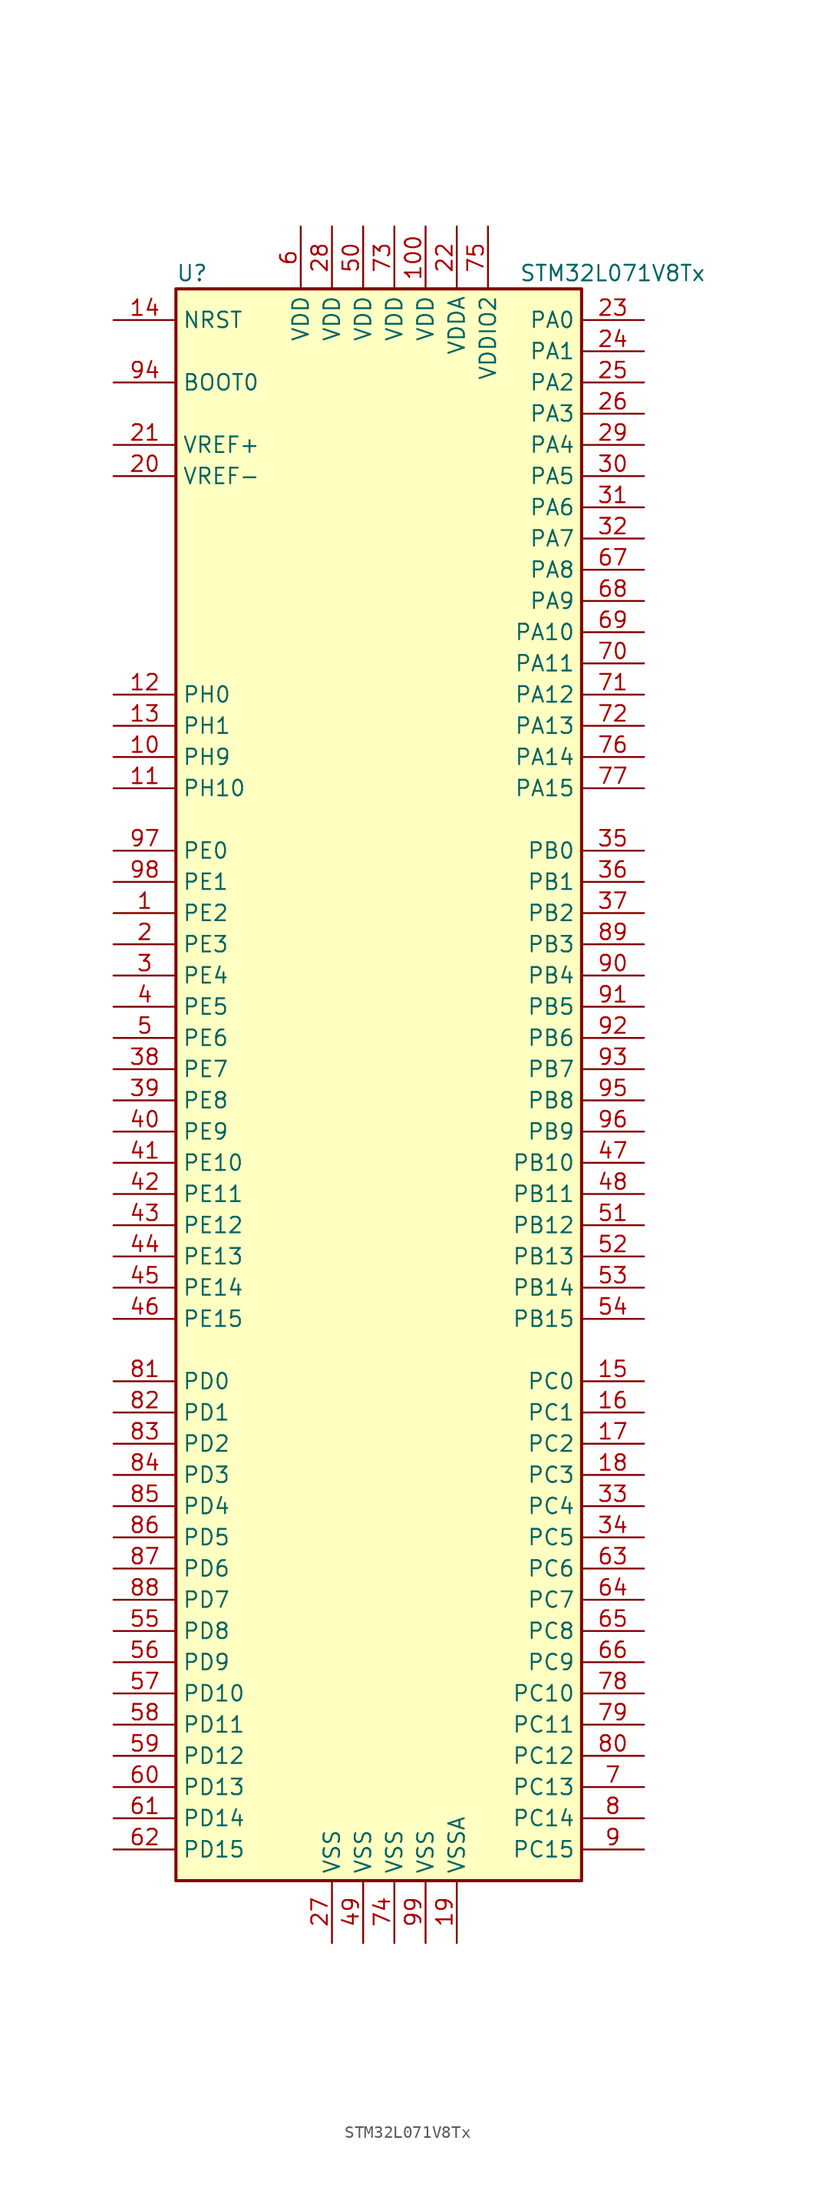
<source format=kicad_sym>
(kicad_symbol_lib
  (version 20201005)
  (generator kicad_symbol_editor)
  (symbol "STM32L071V8Tx"
    (property "Reference" "U"
      (at -17.78 64.77 0)
      (effects (font (size 1.27 1.27)) (justify left)))
    (property "Value" "STM32L071V8Tx"
      (at 10.16 64.77 0)
      (effects (font (size 1.27 1.27)) (justify left)))
    (symbol "STM32L071V8Tx_0_1"
      (rectangle (start -17.78 -66.04) (end 15.24 63.5) (stroke (width 0.254)) (fill (type background))))
    (symbol "STM32L071V8Tx_1_1"
      (pin bidirectional line (at -22.86 12.7 0) (length 5.08) (name "PE2" (effects (font (size 1.27 1.27)))) (number "1" (effects (font (size 1.27 1.27)))))
      (pin bidirectional line (at -22.86 25.4 0) (length 5.08) (name "PH9" (effects (font (size 1.27 1.27)))) (number "10" (effects (font (size 1.27 1.27)))))
      (pin power_in line (at 2.54 68.58 270) (length 5.08) (name "VDD" (effects (font (size 1.27 1.27)))) (number "100" (effects (font (size 1.27 1.27)))))
      (pin bidirectional line (at -22.86 22.86 0) (length 5.08) (name "PH10" (effects (font (size 1.27 1.27)))) (number "11" (effects (font (size 1.27 1.27)))))
      (pin input line (at -22.86 30.48 0) (length 5.08) (name "PH0" (effects (font (size 1.27 1.27)))) (number "12" (effects (font (size 1.27 1.27)))))
      (pin input line (at -22.86 27.94 0) (length 5.08) (name "PH1" (effects (font (size 1.27 1.27)))) (number "13" (effects (font (size 1.27 1.27)))))
      (pin input line (at -22.86 60.96 0) (length 5.08) (name "NRST" (effects (font (size 1.27 1.27)))) (number "14" (effects (font (size 1.27 1.27)))))
      (pin bidirectional line (at 20.32 -25.4 180) (length 5.08) (name "PC0" (effects (font (size 1.27 1.27)))) (number "15" (effects (font (size 1.27 1.27)))))
      (pin bidirectional line (at 20.32 -27.94 180) (length 5.08) (name "PC1" (effects (font (size 1.27 1.27)))) (number "16" (effects (font (size 1.27 1.27)))))
      (pin bidirectional line (at 20.32 -30.48 180) (length 5.08) (name "PC2" (effects (font (size 1.27 1.27)))) (number "17" (effects (font (size 1.27 1.27)))))
      (pin bidirectional line (at 20.32 -33.02 180) (length 5.08) (name "PC3" (effects (font (size 1.27 1.27)))) (number "18" (effects (font (size 1.27 1.27)))))
      (pin power_in line (at 5.08 -71.12 90) (length 5.08) (name "VSSA" (effects (font (size 1.27 1.27)))) (number "19" (effects (font (size 1.27 1.27)))))
      (pin bidirectional line (at -22.86 10.16 0) (length 5.08) (name "PE3" (effects (font (size 1.27 1.27)))) (number "2" (effects (font (size 1.27 1.27)))))
      (pin power_in line (at -22.86 48.26 0) (length 5.08) (name "VREF-" (effects (font (size 1.27 1.27)))) (number "20" (effects (font (size 1.27 1.27)))))
      (pin power_in line (at -22.86 50.8 0) (length 5.08) (name "VREF+" (effects (font (size 1.27 1.27)))) (number "21" (effects (font (size 1.27 1.27)))))
      (pin power_in line (at 5.08 68.58 270) (length 5.08) (name "VDDA" (effects (font (size 1.27 1.27)))) (number "22" (effects (font (size 1.27 1.27)))))
      (pin bidirectional line (at 20.32 60.96 180) (length 5.08) (name "PA0" (effects (font (size 1.27 1.27)))) (number "23" (effects (font (size 1.27 1.27)))))
      (pin bidirectional line (at 20.32 58.42 180) (length 5.08) (name "PA1" (effects (font (size 1.27 1.27)))) (number "24" (effects (font (size 1.27 1.27)))))
      (pin bidirectional line (at 20.32 55.88 180) (length 5.08) (name "PA2" (effects (font (size 1.27 1.27)))) (number "25" (effects (font (size 1.27 1.27)))))
      (pin bidirectional line (at 20.32 53.34 180) (length 5.08) (name "PA3" (effects (font (size 1.27 1.27)))) (number "26" (effects (font (size 1.27 1.27)))))
      (pin power_in line (at -5.08 -71.12 90) (length 5.08) (name "VSS" (effects (font (size 1.27 1.27)))) (number "27" (effects (font (size 1.27 1.27)))))
      (pin power_in line (at -5.08 68.58 270) (length 5.08) (name "VDD" (effects (font (size 1.27 1.27)))) (number "28" (effects (font (size 1.27 1.27)))))
      (pin bidirectional line (at 20.32 50.8 180) (length 5.08) (name "PA4" (effects (font (size 1.27 1.27)))) (number "29" (effects (font (size 1.27 1.27)))))
      (pin bidirectional line (at -22.86 7.62 0) (length 5.08) (name "PE4" (effects (font (size 1.27 1.27)))) (number "3" (effects (font (size 1.27 1.27)))))
      (pin bidirectional line (at 20.32 48.26 180) (length 5.08) (name "PA5" (effects (font (size 1.27 1.27)))) (number "30" (effects (font (size 1.27 1.27)))))
      (pin bidirectional line (at 20.32 45.72 180) (length 5.08) (name "PA6" (effects (font (size 1.27 1.27)))) (number "31" (effects (font (size 1.27 1.27)))))
      (pin bidirectional line (at 20.32 43.18 180) (length 5.08) (name "PA7" (effects (font (size 1.27 1.27)))) (number "32" (effects (font (size 1.27 1.27)))))
      (pin bidirectional line (at 20.32 -35.56 180) (length 5.08) (name "PC4" (effects (font (size 1.27 1.27)))) (number "33" (effects (font (size 1.27 1.27)))))
      (pin bidirectional line (at 20.32 -38.1 180) (length 5.08) (name "PC5" (effects (font (size 1.27 1.27)))) (number "34" (effects (font (size 1.27 1.27)))))
      (pin bidirectional line (at 20.32 17.78 180) (length 5.08) (name "PB0" (effects (font (size 1.27 1.27)))) (number "35" (effects (font (size 1.27 1.27)))))
      (pin bidirectional line (at 20.32 15.24 180) (length 5.08) (name "PB1" (effects (font (size 1.27 1.27)))) (number "36" (effects (font (size 1.27 1.27)))))
      (pin bidirectional line (at 20.32 12.7 180) (length 5.08) (name "PB2" (effects (font (size 1.27 1.27)))) (number "37" (effects (font (size 1.27 1.27)))))
      (pin bidirectional line (at -22.86 0 0) (length 5.08) (name "PE7" (effects (font (size 1.27 1.27)))) (number "38" (effects (font (size 1.27 1.27)))))
      (pin bidirectional line (at -22.86 -2.54 0) (length 5.08) (name "PE8" (effects (font (size 1.27 1.27)))) (number "39" (effects (font (size 1.27 1.27)))))
      (pin bidirectional line (at -22.86 5.08 0) (length 5.08) (name "PE5" (effects (font (size 1.27 1.27)))) (number "4" (effects (font (size 1.27 1.27)))))
      (pin bidirectional line (at -22.86 -5.08 0) (length 5.08) (name "PE9" (effects (font (size 1.27 1.27)))) (number "40" (effects (font (size 1.27 1.27)))))
      (pin bidirectional line (at -22.86 -7.62 0) (length 5.08) (name "PE10" (effects (font (size 1.27 1.27)))) (number "41" (effects (font (size 1.27 1.27)))))
      (pin bidirectional line (at -22.86 -10.16 0) (length 5.08) (name "PE11" (effects (font (size 1.27 1.27)))) (number "42" (effects (font (size 1.27 1.27)))))
      (pin bidirectional line (at -22.86 -12.7 0) (length 5.08) (name "PE12" (effects (font (size 1.27 1.27)))) (number "43" (effects (font (size 1.27 1.27)))))
      (pin bidirectional line (at -22.86 -15.24 0) (length 5.08) (name "PE13" (effects (font (size 1.27 1.27)))) (number "44" (effects (font (size 1.27 1.27)))))
      (pin bidirectional line (at -22.86 -17.78 0) (length 5.08) (name "PE14" (effects (font (size 1.27 1.27)))) (number "45" (effects (font (size 1.27 1.27)))))
      (pin bidirectional line (at -22.86 -20.32 0) (length 5.08) (name "PE15" (effects (font (size 1.27 1.27)))) (number "46" (effects (font (size 1.27 1.27)))))
      (pin bidirectional line (at 20.32 -7.62 180) (length 5.08) (name "PB10" (effects (font (size 1.27 1.27)))) (number "47" (effects (font (size 1.27 1.27)))))
      (pin bidirectional line (at 20.32 -10.16 180) (length 5.08) (name "PB11" (effects (font (size 1.27 1.27)))) (number "48" (effects (font (size 1.27 1.27)))))
      (pin power_in line (at -2.54 -71.12 90) (length 5.08) (name "VSS" (effects (font (size 1.27 1.27)))) (number "49" (effects (font (size 1.27 1.27)))))
      (pin bidirectional line (at -22.86 2.54 0) (length 5.08) (name "PE6" (effects (font (size 1.27 1.27)))) (number "5" (effects (font (size 1.27 1.27)))))
      (pin power_in line (at -2.54 68.58 270) (length 5.08) (name "VDD" (effects (font (size 1.27 1.27)))) (number "50" (effects (font (size 1.27 1.27)))))
      (pin bidirectional line (at 20.32 -12.7 180) (length 5.08) (name "PB12" (effects (font (size 1.27 1.27)))) (number "51" (effects (font (size 1.27 1.27)))))
      (pin bidirectional line (at 20.32 -15.24 180) (length 5.08) (name "PB13" (effects (font (size 1.27 1.27)))) (number "52" (effects (font (size 1.27 1.27)))))
      (pin bidirectional line (at 20.32 -17.78 180) (length 5.08) (name "PB14" (effects (font (size 1.27 1.27)))) (number "53" (effects (font (size 1.27 1.27)))))
      (pin bidirectional line (at 20.32 -20.32 180) (length 5.08) (name "PB15" (effects (font (size 1.27 1.27)))) (number "54" (effects (font (size 1.27 1.27)))))
      (pin bidirectional line (at -22.86 -45.72 0) (length 5.08) (name "PD8" (effects (font (size 1.27 1.27)))) (number "55" (effects (font (size 1.27 1.27)))))
      (pin bidirectional line (at -22.86 -48.26 0) (length 5.08) (name "PD9" (effects (font (size 1.27 1.27)))) (number "56" (effects (font (size 1.27 1.27)))))
      (pin bidirectional line (at -22.86 -50.8 0) (length 5.08) (name "PD10" (effects (font (size 1.27 1.27)))) (number "57" (effects (font (size 1.27 1.27)))))
      (pin bidirectional line (at -22.86 -53.34 0) (length 5.08) (name "PD11" (effects (font (size 1.27 1.27)))) (number "58" (effects (font (size 1.27 1.27)))))
      (pin bidirectional line (at -22.86 -55.88 0) (length 5.08) (name "PD12" (effects (font (size 1.27 1.27)))) (number "59" (effects (font (size 1.27 1.27)))))
      (pin power_in line (at -7.62 68.58 270) (length 5.08) (name "VDD" (effects (font (size 1.27 1.27)))) (number "6" (effects (font (size 1.27 1.27)))))
      (pin bidirectional line (at -22.86 -58.42 0) (length 5.08) (name "PD13" (effects (font (size 1.27 1.27)))) (number "60" (effects (font (size 1.27 1.27)))))
      (pin bidirectional line (at -22.86 -60.96 0) (length 5.08) (name "PD14" (effects (font (size 1.27 1.27)))) (number "61" (effects (font (size 1.27 1.27)))))
      (pin bidirectional line (at -22.86 -63.5 0) (length 5.08) (name "PD15" (effects (font (size 1.27 1.27)))) (number "62" (effects (font (size 1.27 1.27)))))
      (pin bidirectional line (at 20.32 -40.64 180) (length 5.08) (name "PC6" (effects (font (size 1.27 1.27)))) (number "63" (effects (font (size 1.27 1.27)))))
      (pin bidirectional line (at 20.32 -43.18 180) (length 5.08) (name "PC7" (effects (font (size 1.27 1.27)))) (number "64" (effects (font (size 1.27 1.27)))))
      (pin bidirectional line (at 20.32 -45.72 180) (length 5.08) (name "PC8" (effects (font (size 1.27 1.27)))) (number "65" (effects (font (size 1.27 1.27)))))
      (pin bidirectional line (at 20.32 -48.26 180) (length 5.08) (name "PC9" (effects (font (size 1.27 1.27)))) (number "66" (effects (font (size 1.27 1.27)))))
      (pin bidirectional line (at 20.32 40.64 180) (length 5.08) (name "PA8" (effects (font (size 1.27 1.27)))) (number "67" (effects (font (size 1.27 1.27)))))
      (pin bidirectional line (at 20.32 38.1 180) (length 5.08) (name "PA9" (effects (font (size 1.27 1.27)))) (number "68" (effects (font (size 1.27 1.27)))))
      (pin bidirectional line (at 20.32 35.56 180) (length 5.08) (name "PA10" (effects (font (size 1.27 1.27)))) (number "69" (effects (font (size 1.27 1.27)))))
      (pin bidirectional line (at 20.32 -58.42 180) (length 5.08) (name "PC13" (effects (font (size 1.27 1.27)))) (number "7" (effects (font (size 1.27 1.27)))))
      (pin bidirectional line (at 20.32 33.02 180) (length 5.08) (name "PA11" (effects (font (size 1.27 1.27)))) (number "70" (effects (font (size 1.27 1.27)))))
      (pin bidirectional line (at 20.32 30.48 180) (length 5.08) (name "PA12" (effects (font (size 1.27 1.27)))) (number "71" (effects (font (size 1.27 1.27)))))
      (pin bidirectional line (at 20.32 27.94 180) (length 5.08) (name "PA13" (effects (font (size 1.27 1.27)))) (number "72" (effects (font (size 1.27 1.27)))))
      (pin power_in line (at 0 68.58 270) (length 5.08) (name "VDD" (effects (font (size 1.27 1.27)))) (number "73" (effects (font (size 1.27 1.27)))))
      (pin power_in line (at 0 -71.12 90) (length 5.08) (name "VSS" (effects (font (size 1.27 1.27)))) (number "74" (effects (font (size 1.27 1.27)))))
      (pin power_in line (at 7.62 68.58 270) (length 5.08) (name "VDDIO2" (effects (font (size 1.27 1.27)))) (number "75" (effects (font (size 1.27 1.27)))))
      (pin bidirectional line (at 20.32 25.4 180) (length 5.08) (name "PA14" (effects (font (size 1.27 1.27)))) (number "76" (effects (font (size 1.27 1.27)))))
      (pin bidirectional line (at 20.32 22.86 180) (length 5.08) (name "PA15" (effects (font (size 1.27 1.27)))) (number "77" (effects (font (size 1.27 1.27)))))
      (pin bidirectional line (at 20.32 -50.8 180) (length 5.08) (name "PC10" (effects (font (size 1.27 1.27)))) (number "78" (effects (font (size 1.27 1.27)))))
      (pin bidirectional line (at 20.32 -53.34 180) (length 5.08) (name "PC11" (effects (font (size 1.27 1.27)))) (number "79" (effects (font (size 1.27 1.27)))))
      (pin bidirectional line (at 20.32 -60.96 180) (length 5.08) (name "PC14" (effects (font (size 1.27 1.27)))) (number "8" (effects (font (size 1.27 1.27)))))
      (pin bidirectional line (at 20.32 -55.88 180) (length 5.08) (name "PC12" (effects (font (size 1.27 1.27)))) (number "80" (effects (font (size 1.27 1.27)))))
      (pin bidirectional line (at -22.86 -25.4 0) (length 5.08) (name "PD0" (effects (font (size 1.27 1.27)))) (number "81" (effects (font (size 1.27 1.27)))))
      (pin bidirectional line (at -22.86 -27.94 0) (length 5.08) (name "PD1" (effects (font (size 1.27 1.27)))) (number "82" (effects (font (size 1.27 1.27)))))
      (pin bidirectional line (at -22.86 -30.48 0) (length 5.08) (name "PD2" (effects (font (size 1.27 1.27)))) (number "83" (effects (font (size 1.27 1.27)))))
      (pin bidirectional line (at -22.86 -33.02 0) (length 5.08) (name "PD3" (effects (font (size 1.27 1.27)))) (number "84" (effects (font (size 1.27 1.27)))))
      (pin bidirectional line (at -22.86 -35.56 0) (length 5.08) (name "PD4" (effects (font (size 1.27 1.27)))) (number "85" (effects (font (size 1.27 1.27)))))
      (pin bidirectional line (at -22.86 -38.1 0) (length 5.08) (name "PD5" (effects (font (size 1.27 1.27)))) (number "86" (effects (font (size 1.27 1.27)))))
      (pin bidirectional line (at -22.86 -40.64 0) (length 5.08) (name "PD6" (effects (font (size 1.27 1.27)))) (number "87" (effects (font (size 1.27 1.27)))))
      (pin bidirectional line (at -22.86 -43.18 0) (length 5.08) (name "PD7" (effects (font (size 1.27 1.27)))) (number "88" (effects (font (size 1.27 1.27)))))
      (pin bidirectional line (at 20.32 10.16 180) (length 5.08) (name "PB3" (effects (font (size 1.27 1.27)))) (number "89" (effects (font (size 1.27 1.27)))))
      (pin bidirectional line (at 20.32 -63.5 180) (length 5.08) (name "PC15" (effects (font (size 1.27 1.27)))) (number "9" (effects (font (size 1.27 1.27)))))
      (pin bidirectional line (at 20.32 7.62 180) (length 5.08) (name "PB4" (effects (font (size 1.27 1.27)))) (number "90" (effects (font (size 1.27 1.27)))))
      (pin bidirectional line (at 20.32 5.08 180) (length 5.08) (name "PB5" (effects (font (size 1.27 1.27)))) (number "91" (effects (font (size 1.27 1.27)))))
      (pin bidirectional line (at 20.32 2.54 180) (length 5.08) (name "PB6" (effects (font (size 1.27 1.27)))) (number "92" (effects (font (size 1.27 1.27)))))
      (pin bidirectional line (at 20.32 0 180) (length 5.08) (name "PB7" (effects (font (size 1.27 1.27)))) (number "93" (effects (font (size 1.27 1.27)))))
      (pin input line (at -22.86 55.88 0) (length 5.08) (name "BOOT0" (effects (font (size 1.27 1.27)))) (number "94" (effects (font (size 1.27 1.27)))))
      (pin bidirectional line (at 20.32 -2.54 180) (length 5.08) (name "PB8" (effects (font (size 1.27 1.27)))) (number "95" (effects (font (size 1.27 1.27)))))
      (pin bidirectional line (at 20.32 -5.08 180) (length 5.08) (name "PB9" (effects (font (size 1.27 1.27)))) (number "96" (effects (font (size 1.27 1.27)))))
      (pin bidirectional line (at -22.86 17.78 0) (length 5.08) (name "PE0" (effects (font (size 1.27 1.27)))) (number "97" (effects (font (size 1.27 1.27)))))
      (pin bidirectional line (at -22.86 15.24 0) (length 5.08) (name "PE1" (effects (font (size 1.27 1.27)))) (number "98" (effects (font (size 1.27 1.27)))))
      (pin power_in line (at 2.54 -71.12 90) (length 5.08) (name "VSS" (effects (font (size 1.27 1.27)))) (number "99" (effects (font (size 1.27 1.27))))))))
</source>
